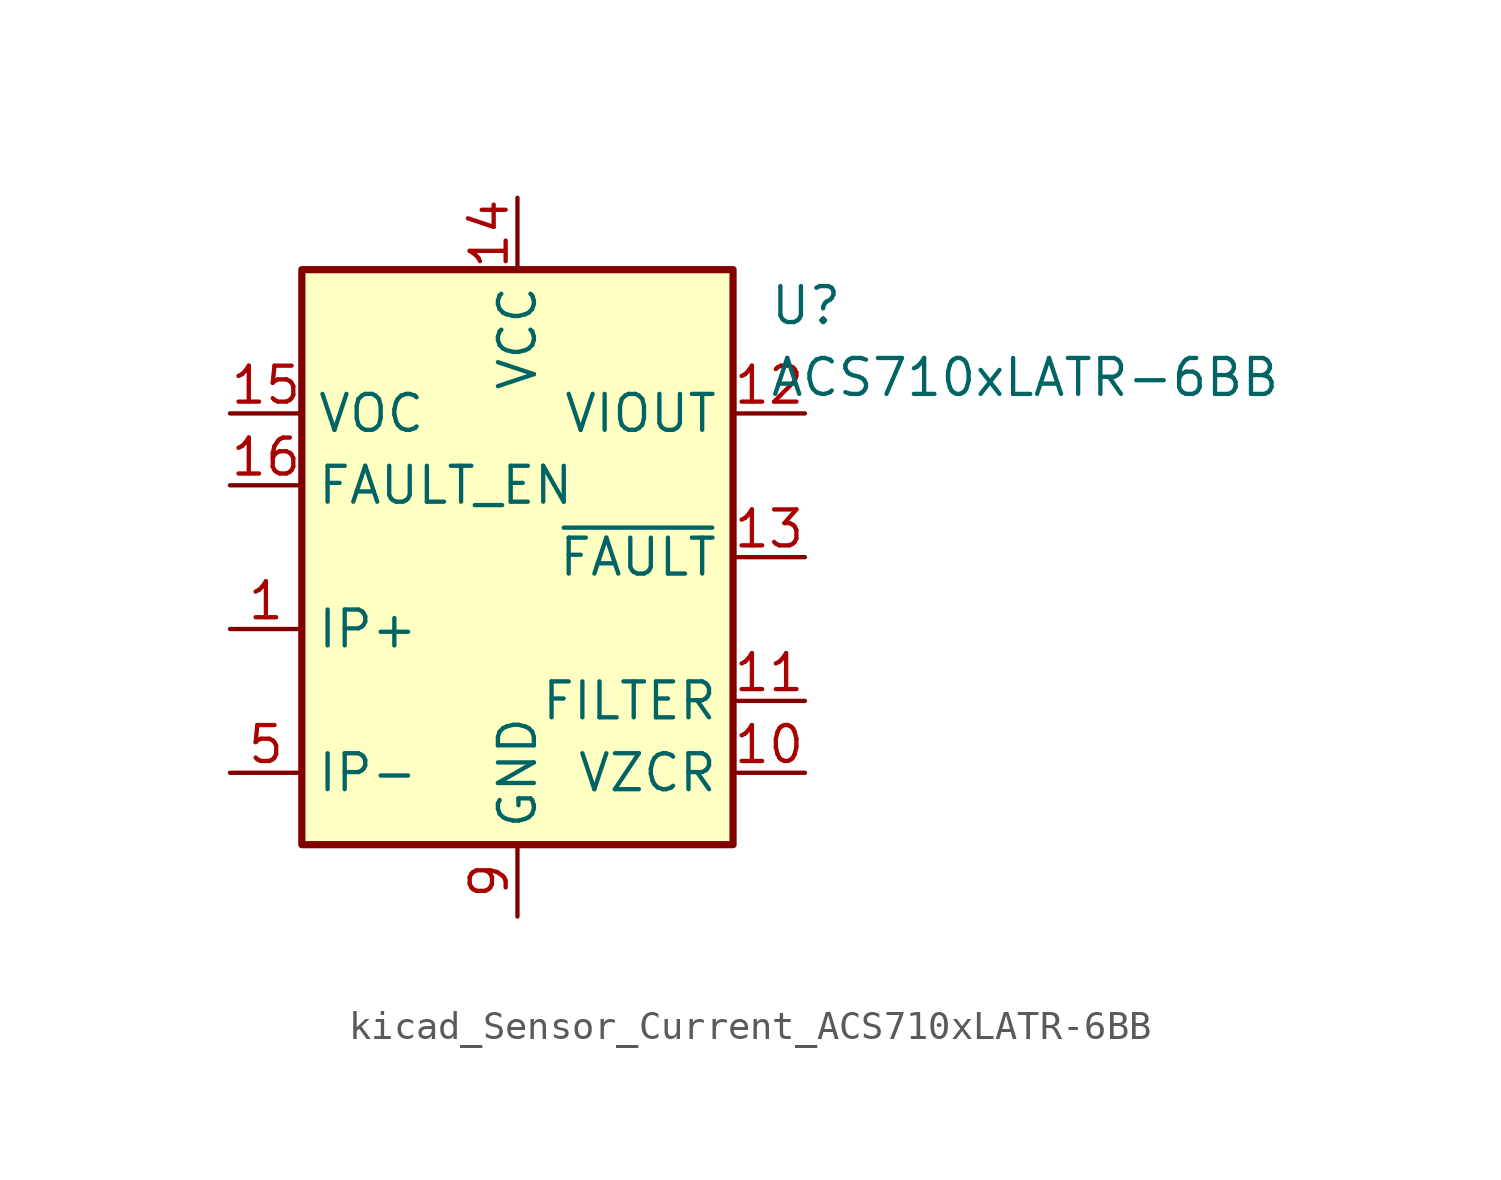
<source format=kicad_sym>
(kicad_symbol_lib
  (version 20220914)
  (generator kicad_symbol_editor)
  (symbol "kicad_Sensor_Current_ACS710xLATR-6BB"
    (property "Reference" "U"
      (at 8.89 8.89 0)
      (effects (font (size 1.27 1.27)) (justify left)))
    (property "Value" "ACS710xLATR-6BB"
      (at 8.89 6.35 0)
      (effects (font (size 1.27 1.27)) (justify left)))
    (symbol "kicad_Sensor_Current_ACS710xLATR-6BB_0_1"
      (rectangle (start -7.62 10.16) (end 7.62 -10.16) (stroke (width 0.254) (type default)) (fill (type background))))
    (symbol "kicad_Sensor_Current_ACS710xLATR-6BB_1_1"
      (pin passive line (at -10.16 -2.54 0) (length 2.54) (name "IP+" (effects (font (size 1.27 1.27)))) (number "1" (effects (font (size 1.27 1.27)))))
      (pin passive line (at 10.16 -7.62 180) (length 2.54) (name "VZCR" (effects (font (size 1.27 1.27)))) (number "10" (effects (font (size 1.27 1.27)))))
      (pin passive line (at 10.16 -5.08 180) (length 2.54) (name "FILTER" (effects (font (size 1.27 1.27)))) (number "11" (effects (font (size 1.27 1.27)))))
      (pin output line (at 10.16 5.08 180) (length 2.54) (name "VIOUT" (effects (font (size 1.27 1.27)))) (number "12" (effects (font (size 1.27 1.27)))))
      (pin output line (at 10.16 0 180) (length 2.54) (name "~{FAULT}" (effects (font (size 1.27 1.27)))) (number "13" (effects (font (size 1.27 1.27)))))
      (pin power_in line (at 0 12.7 270) (length 2.54) (name "VCC" (effects (font (size 1.27 1.27)))) (number "14" (effects (font (size 1.27 1.27)))))
      (pin input line (at -10.16 5.08 0) (length 2.54) (name "VOC" (effects (font (size 1.27 1.27)))) (number "15" (effects (font (size 1.27 1.27)))))
      (pin input line (at -10.16 2.54 0) (length 2.54) (name "FAULT_EN" (effects (font (size 1.27 1.27)))) (number "16" (effects (font (size 1.27 1.27)))))
      (pin passive line (at -10.16 -2.54 0) (length 2.54) hide (name "IP+" (effects (font (size 1.27 1.27)))) (number "2" (effects (font (size 1.27 1.27)))))
      (pin passive line (at -10.16 -2.54 0) (length 2.54) hide (name "IP+" (effects (font (size 1.27 1.27)))) (number "3" (effects (font (size 1.27 1.27)))))
      (pin passive line (at -10.16 -2.54 0) (length 2.54) hide (name "IP+" (effects (font (size 1.27 1.27)))) (number "4" (effects (font (size 1.27 1.27)))))
      (pin passive line (at -10.16 -7.62 0) (length 2.54) (name "IP-" (effects (font (size 1.27 1.27)))) (number "5" (effects (font (size 1.27 1.27)))))
      (pin passive line (at -10.16 -7.62 0) (length 2.54) hide (name "IP-" (effects (font (size 1.27 1.27)))) (number "6" (effects (font (size 1.27 1.27)))))
      (pin passive line (at -10.16 -7.62 0) (length 2.54) hide (name "IP-" (effects (font (size 1.27 1.27)))) (number "7" (effects (font (size 1.27 1.27)))))
      (pin passive line (at -10.16 -7.62 0) (length 2.54) hide (name "IP-" (effects (font (size 1.27 1.27)))) (number "8" (effects (font (size 1.27 1.27)))))
      (pin power_in line (at 0 -12.7 90) (length 2.54) (name "GND" (effects (font (size 1.27 1.27)))) (number "9" (effects (font (size 1.27 1.27))))))))
</source>
